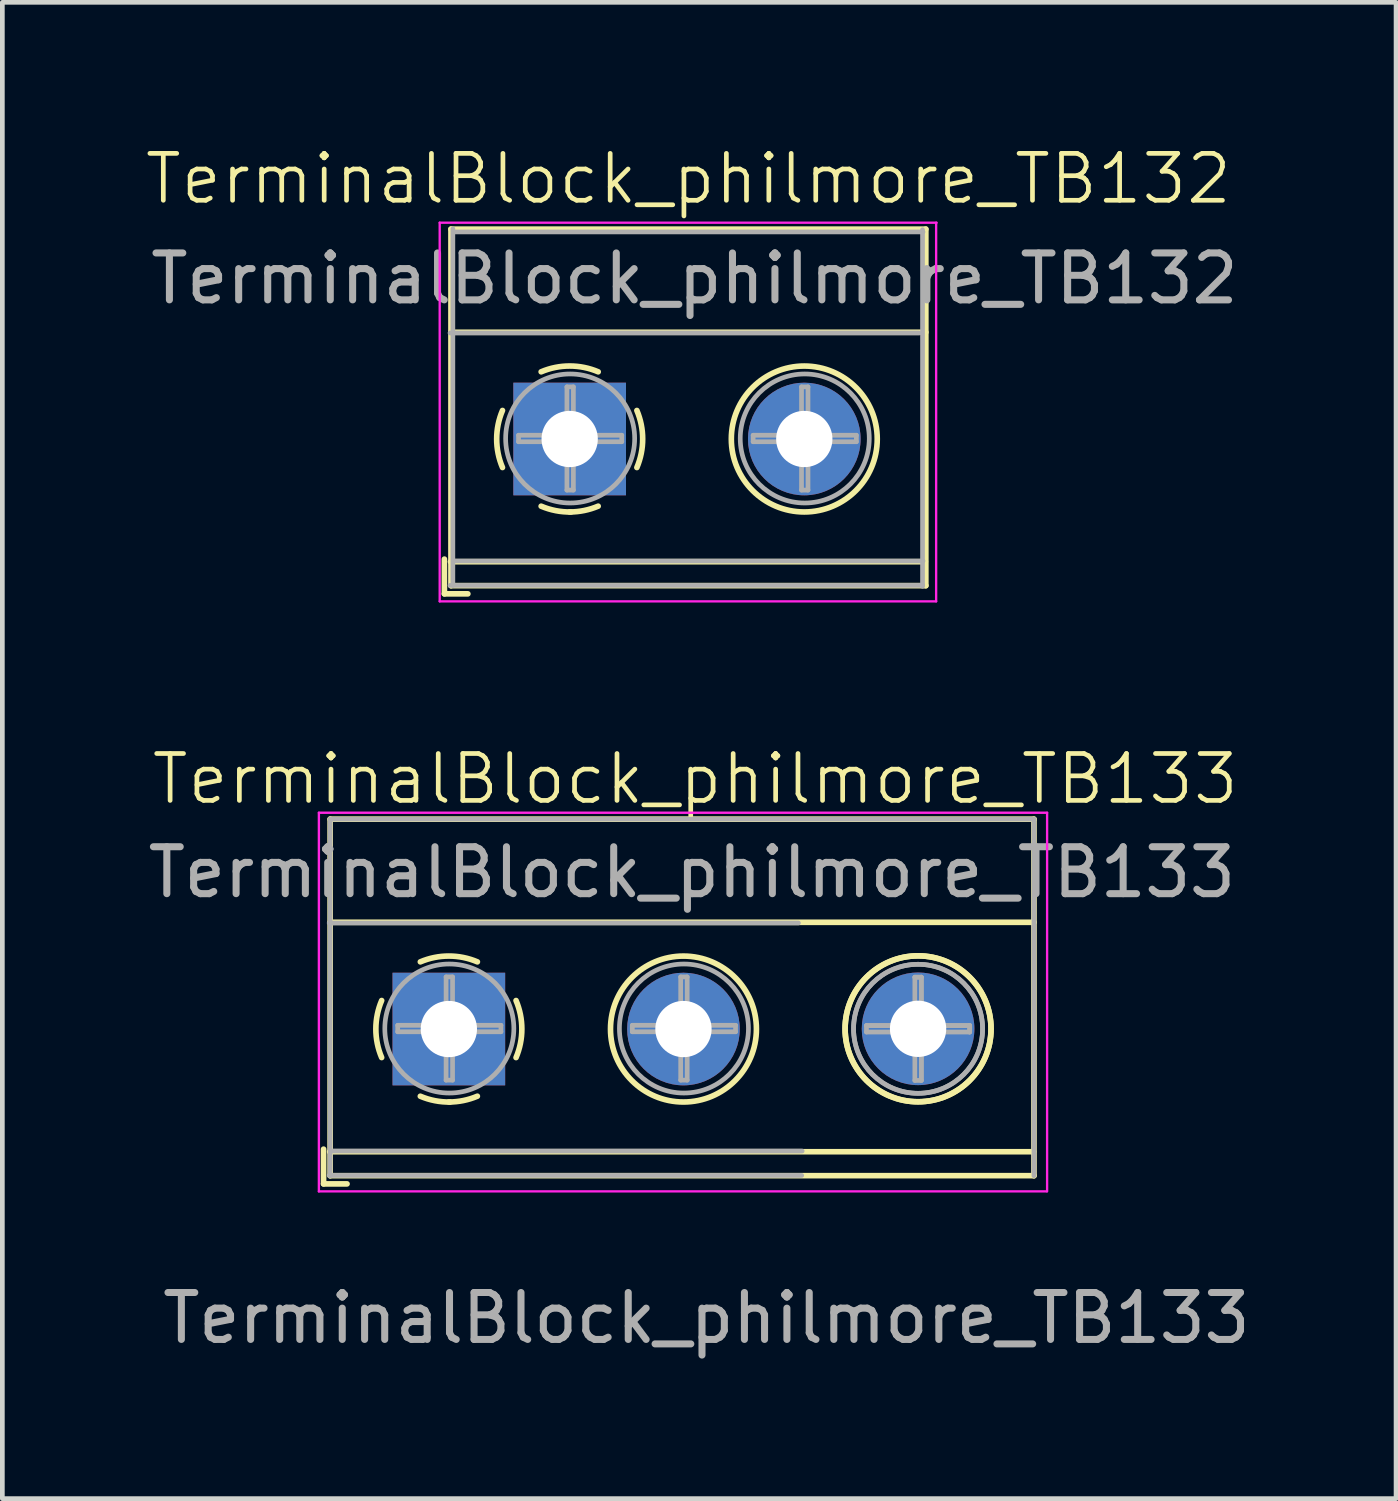
<source format=kicad_pcb>
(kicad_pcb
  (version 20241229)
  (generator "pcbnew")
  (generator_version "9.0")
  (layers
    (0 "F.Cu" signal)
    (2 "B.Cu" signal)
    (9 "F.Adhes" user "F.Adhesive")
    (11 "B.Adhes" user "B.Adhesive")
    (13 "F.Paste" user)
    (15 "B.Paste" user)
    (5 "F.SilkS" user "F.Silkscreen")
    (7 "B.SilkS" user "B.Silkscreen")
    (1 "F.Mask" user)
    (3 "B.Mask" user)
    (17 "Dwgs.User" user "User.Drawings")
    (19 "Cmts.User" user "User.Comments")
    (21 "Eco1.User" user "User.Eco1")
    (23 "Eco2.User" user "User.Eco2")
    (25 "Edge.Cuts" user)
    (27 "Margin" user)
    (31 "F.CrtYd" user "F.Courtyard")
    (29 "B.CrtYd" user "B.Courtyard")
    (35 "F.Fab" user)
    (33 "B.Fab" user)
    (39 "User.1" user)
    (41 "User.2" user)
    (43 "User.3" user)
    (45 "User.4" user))
  (footprint "TerminalBlock_philmore_TB132"
    (layer "F.Cu")
    (at 9.091 6.306)
    (property "Reference" "TerminalBlock_philmore_TB132" (at 2.53 -5.545 0) (unlocked yes) (layer "F.SilkS") (effects (font (size 1 1) (thickness 0.1))))
    (attr through_hole)
    (fp_line (start -2.67 2.56) (end -2.67 3.3) (stroke (width 0.12) (type solid)) (layer "F.SilkS"))
    (fp_line (start -2.67 3.3) (end -2.17 3.3) (stroke (width 0.12) (type solid)) (layer "F.SilkS"))
    (fp_line (start -2.54 2.615) (end 7.58 2.615) (stroke (width 0.12) (type solid)) (layer "F.SilkS"))
    (fp_line (start -2.53 -4.473) (end -2.53 3.127) (stroke (width 0.12) (type solid)) (layer "F.SilkS"))
    (fp_line (start -2.53 -4.473) (end 7.59 -4.473) (stroke (width 0.12) (type solid)) (layer "F.SilkS"))
    (fp_line (start -2.53 -2.275) (end 7.59 -2.275) (stroke (width 0.12) (type solid)) (layer "F.SilkS"))
    (fp_line (start -2.53 3.125) (end 7.59 3.125) (stroke (width 0.12) (type solid)) (layer "F.SilkS"))
    (fp_line (start 7.59 -4.473) (end 7.59 3.127) (stroke (width 0.12) (type solid)) (layer "F.SilkS"))
    (fp_arc (start -1.432109 0.607742) (mid -1.555727 -0.00014) (end -1.432 -0.608) (stroke (width 0.12) (type solid)) (layer "F.SilkS"))
    (fp_arc (start -0.607742 -1.432109) (mid 0.00014 -1.555727) (end 0.608 -1.432) (stroke (width 0.12) (type solid)) (layer "F.SilkS"))
    (fp_arc (start 0.027011 1.555493) (mid -0.296984 1.527118) (end -0.608 1.432) (stroke (width 0.12) (type solid)) (layer "F.SilkS"))
    (fp_arc (start 0.607587 1.431385) (mid 0.310017 1.523783) (end 0 1.555) (stroke (width 0.12) (type solid)) (layer "F.SilkS"))
    (fp_arc (start 1.432109 -0.607742) (mid 1.555727 0.00014) (end 1.432 0.608) (stroke (width 0.12) (type solid)) (layer "F.SilkS"))
    (fp_circle (center 5 0) (end 6.555 0) (stroke (width 0.12) (type solid)) (fill no) (layer "F.SilkS"))
    (fp_line (start -2.77 -4.61) (end -2.77 3.46) (stroke (width 0.05) (type solid)) (layer "F.CrtYd"))
    (fp_line (start -2.77 3.46) (end 7.81 3.46) (stroke (width 0.05) (type solid)) (layer "F.CrtYd"))
    (fp_line (start 7.81 3.46) (end 7.81 -4.61) (stroke (width 0.05) (type solid)) (layer "F.CrtYd"))
    (fp_line (start 7.82 -4.61) (end -2.77 -4.61) (stroke (width 0.05) (type solid)) (layer "F.CrtYd"))
    (fp_line (start -2.55 -2.26) (end 7.45 -2.26) (stroke (width 0.1) (type solid)) (layer "F.Fab"))
    (fp_line (start -2.49 3.12) (end -2.49 -4.48) (stroke (width 0.1) (type solid)) (layer "F.Fab"))
    (fp_line (start -2.47 -4.413) (end 7.53 -4.413) (stroke (width 0.1) (type solid)) (layer "F.Fab"))
    (fp_line (start -2.47 2.6) (end 7.53 2.6) (stroke (width 0.1) (type solid)) (layer "F.Fab"))
    (fp_line (start -1.09 -0.08) (end -0.059 -0.08) (stroke (width 0.1) (type solid)) (layer "F.Fab"))
    (fp_line (start -1.09 0.058) (end -1.09 -0.08) (stroke (width 0.1) (type solid)) (layer "F.Fab"))
    (fp_line (start -0.059 -1.111) (end 0.079 -1.111) (stroke (width 0.1) (type solid)) (layer "F.Fab"))
    (fp_line (start -0.059 -0.08) (end -0.059 -1.111) (stroke (width 0.1) (type solid)) (layer "F.Fab"))
    (fp_line (start -0.059 0.058) (end -1.09 0.058) (stroke (width 0.1) (type solid)) (layer "F.Fab"))
    (fp_line (start -0.059 1.089) (end -0.059 0.058) (stroke (width 0.1) (type solid)) (layer "F.Fab"))
    (fp_line (start 0.079 -1.111) (end 0.079 -0.08) (stroke (width 0.1) (type solid)) (layer "F.Fab"))
    (fp_line (start 0.079 -0.08) (end 1.11 -0.08) (stroke (width 0.1) (type solid)) (layer "F.Fab"))
    (fp_line (start 0.079 0.058) (end 0.079 1.089) (stroke (width 0.1) (type solid)) (layer "F.Fab"))
    (fp_line (start 0.079 1.089) (end -0.059 1.089) (stroke (width 0.1) (type solid)) (layer "F.Fab"))
    (fp_line (start 1.11 -0.08) (end 1.11 0.058) (stroke (width 0.1) (type solid)) (layer "F.Fab"))
    (fp_line (start 1.11 0.058) (end 0.079 0.058) (stroke (width 0.1) (type solid)) (layer "F.Fab"))
    (fp_line (start 3.91 -0.08) (end 4.941 -0.08) (stroke (width 0.1) (type solid)) (layer "F.Fab"))
    (fp_line (start 3.91 0.058) (end 3.91 -0.08) (stroke (width 0.1) (type solid)) (layer "F.Fab"))
    (fp_line (start 4.941 -1.111) (end 5.079 -1.111) (stroke (width 0.1) (type solid)) (layer "F.Fab"))
    (fp_line (start 4.941 -0.08) (end 4.941 -1.111) (stroke (width 0.1) (type solid)) (layer "F.Fab"))
    (fp_line (start 4.941 0.058) (end 3.91 0.058) (stroke (width 0.1) (type solid)) (layer "F.Fab"))
    (fp_line (start 4.941 1.089) (end 4.941 0.058) (stroke (width 0.1) (type solid)) (layer "F.Fab"))
    (fp_line (start 5.079 -1.111) (end 5.079 -0.08) (stroke (width 0.1) (type solid)) (layer "F.Fab"))
    (fp_line (start 5.079 -0.08) (end 6.11 -0.08) (stroke (width 0.1) (type solid)) (layer "F.Fab"))
    (fp_line (start 5.079 0.058) (end 5.079 1.089) (stroke (width 0.1) (type solid)) (layer "F.Fab"))
    (fp_line (start 5.079 1.089) (end 4.941 1.089) (stroke (width 0.1) (type solid)) (layer "F.Fab"))
    (fp_line (start 6.11 -0.08) (end 6.11 0.058) (stroke (width 0.1) (type solid)) (layer "F.Fab"))
    (fp_line (start 6.11 0.058) (end 5.079 0.058) (stroke (width 0.1) (type solid)) (layer "F.Fab"))
    (fp_line (start 7.52 -4.46) (end 7.52 3.14) (stroke (width 0.1) (type solid)) (layer "F.Fab"))
    (fp_line (start 7.52 3.12) (end -2.55 3.12) (stroke (width 0.1) (type solid)) (layer "F.Fab"))
    (fp_circle (center 0.01 -0.011) (end 1.385 -0.011) (stroke (width 0.1) (type solid)) (fill no) (layer "F.Fab"))
    (fp_circle (center 5.01 -0.011) (end 6.385 -0.011) (stroke (width 0.1) (type solid)) (fill no) (layer "F.Fab"))
    (fp_text user "${REFERENCE}" (at 2.66 -3.42 0) (layer "F.Fab") (effects (font (size 1 1) (thickness 0.15))))
    (pad "1" thru_hole rect (at 0 0) (size 2.4 2.4) (drill 1.2) (layers "*.Cu" "*.Mask"))
    (pad "2" thru_hole circle (at 5 0) (size 2.4 2.4) (drill 1.2) (layers "*.Cu" "*.Mask")))
  (footprint "TerminalBlock_philmore_TB133"
    (layer "F.Cu")
    (at 6.526 18.87)
    (property "Reference" "TerminalBlock_philmore_TB133" (at 5.24 -5.319 0) (unlocked yes) (layer "F.SilkS") (effects (font (size 1 1) (thickness 0.1))))
    (attr through_hole)
    (fp_line (start -2.68 2.571) (end -2.68 3.311) (stroke (width 0.12) (type solid)) (layer "F.SilkS"))
    (fp_line (start -2.68 3.311) (end -2.18 3.311) (stroke (width 0.12) (type solid)) (layer "F.SilkS"))
    (fp_line (start -2.55 2.626) (end 12.45 2.626) (stroke (width 0.12) (type solid)) (layer "F.SilkS"))
    (fp_line (start -2.54 -4.462) (end -2.54 3.138) (stroke (width 0.12) (type solid)) (layer "F.SilkS"))
    (fp_line (start -2.54 -4.462) (end 12.46 -4.462) (stroke (width 0.12) (type solid)) (layer "F.SilkS"))
    (fp_line (start -2.54 -2.264) (end 12.46 -2.264) (stroke (width 0.12) (type solid)) (layer "F.SilkS"))
    (fp_line (start -2.54 3.136) (end 12.46 3.136) (stroke (width 0.12) (type solid)) (layer "F.SilkS"))
    (fp_line (start 12.46 -4.462) (end 12.46 3.138) (stroke (width 0.12) (type solid)) (layer "F.SilkS"))
    (fp_arc (start -1.442109 0.618742) (mid -1.565727 0.01086) (end -1.442 -0.597) (stroke (width 0.12) (type solid)) (layer "F.SilkS"))
    (fp_arc (start -0.617742 -1.421109) (mid -0.00986 -1.544727) (end 0.598 -1.421) (stroke (width 0.12) (type solid)) (layer "F.SilkS"))
    (fp_arc (start 0.017011 1.566493) (mid -0.306984 1.538118) (end -0.618 1.443) (stroke (width 0.12) (type solid)) (layer "F.SilkS"))
    (fp_arc (start 0.597587 1.442385) (mid 0.300017 1.534783) (end -0.01 1.566) (stroke (width 0.12) (type solid)) (layer "F.SilkS"))
    (fp_arc (start 1.422109 -0.596742) (mid 1.545727 0.01114) (end 1.422 0.619) (stroke (width 0.12) (type solid)) (layer "F.SilkS"))
    (fp_circle (center 4.99 0.011) (end 6.545 0.011) (stroke (width 0.12) (type solid)) (fill no) (layer "F.SilkS"))
    (fp_circle (center 9.99 0.006) (end 11.545 0.006) (stroke (width 0.12) (type solid)) (fill no) (layer "F.SilkS"))
    (fp_circle (center 9.99 0.006) (end 11.545 0.006) (stroke (width 0.12) (type solid)) (fill no) (layer "F.SilkS"))
    (fp_line (start -2.78 -4.599) (end -2.78 3.471) (stroke (width 0.05) (type solid)) (layer "F.CrtYd"))
    (fp_line (start -2.78 3.471) (end 12.73 3.471) (stroke (width 0.05) (type solid)) (layer "F.CrtYd"))
    (fp_line (start 12.74 -4.599) (end -2.78 -4.599) (stroke (width 0.05) (type solid)) (layer "F.CrtYd"))
    (fp_line (start 12.74 3.471) (end 12.74 -4.599) (stroke (width 0.05) (type solid)) (layer "F.CrtYd"))
    (fp_line (start -2.56 -2.249) (end 7.44 -2.249) (stroke (width 0.1) (type solid)) (layer "F.Fab"))
    (fp_line (start -2.54 -4.462) (end 12.46 -4.462) (stroke (width 0.1) (type solid)) (layer "F.Fab"))
    (fp_line (start -2.54 3.138) (end -2.54 -4.462) (stroke (width 0.1) (type solid)) (layer "F.Fab"))
    (fp_line (start -2.48 2.611) (end 7.52 2.611) (stroke (width 0.1) (type solid)) (layer "F.Fab"))
    (fp_line (start -1.1 -0.069) (end -0.069 -0.069) (stroke (width 0.1) (type solid)) (layer "F.Fab"))
    (fp_line (start -1.1 0.069) (end -1.1 -0.069) (stroke (width 0.1) (type solid)) (layer "F.Fab"))
    (fp_line (start -0.069 -1.1) (end 0.069 -1.1) (stroke (width 0.1) (type solid)) (layer "F.Fab"))
    (fp_line (start -0.069 -0.069) (end -0.069 -1.1) (stroke (width 0.1) (type solid)) (layer "F.Fab"))
    (fp_line (start -0.069 0.069) (end -1.1 0.069) (stroke (width 0.1) (type solid)) (layer "F.Fab"))
    (fp_line (start -0.069 1.1) (end -0.069 0.069) (stroke (width 0.1) (type solid)) (layer "F.Fab"))
    (fp_line (start 0.069 -1.1) (end 0.069 -0.069) (stroke (width 0.1) (type solid)) (layer "F.Fab"))
    (fp_line (start 0.069 -0.069) (end 1.1 -0.069) (stroke (width 0.1) (type solid)) (layer "F.Fab"))
    (fp_line (start 0.069 0.069) (end 0.069 1.1) (stroke (width 0.1) (type solid)) (layer "F.Fab"))
    (fp_line (start 0.069 1.1) (end -0.069 1.1) (stroke (width 0.1) (type solid)) (layer "F.Fab"))
    (fp_line (start 1.1 -0.069) (end 1.1 0.069) (stroke (width 0.1) (type solid)) (layer "F.Fab"))
    (fp_line (start 1.1 0.069) (end 0.069 0.069) (stroke (width 0.1) (type solid)) (layer "F.Fab"))
    (fp_line (start 3.9 -0.069) (end 4.931 -0.069) (stroke (width 0.1) (type solid)) (layer "F.Fab"))
    (fp_line (start 3.9 0.069) (end 3.9 -0.069) (stroke (width 0.1) (type solid)) (layer "F.Fab"))
    (fp_line (start 4.931 -1.1) (end 5.069 -1.1) (stroke (width 0.1) (type solid)) (layer "F.Fab"))
    (fp_line (start 4.931 -0.069) (end 4.931 -1.1) (stroke (width 0.1) (type solid)) (layer "F.Fab"))
    (fp_line (start 4.931 0.069) (end 3.9 0.069) (stroke (width 0.1) (type solid)) (layer "F.Fab"))
    (fp_line (start 4.931 1.1) (end 4.931 0.069) (stroke (width 0.1) (type solid)) (layer "F.Fab"))
    (fp_line (start 5.069 -1.1) (end 5.069 -0.069) (stroke (width 0.1) (type solid)) (layer "F.Fab"))
    (fp_line (start 5.069 -0.069) (end 6.1 -0.069) (stroke (width 0.1) (type solid)) (layer "F.Fab"))
    (fp_line (start 5.069 0.069) (end 5.069 1.1) (stroke (width 0.1) (type solid)) (layer "F.Fab"))
    (fp_line (start 5.069 1.1) (end 4.931 1.1) (stroke (width 0.1) (type solid)) (layer "F.Fab"))
    (fp_line (start 6.1 -0.069) (end 6.1 0.069) (stroke (width 0.1) (type solid)) (layer "F.Fab"))
    (fp_line (start 6.1 0.069) (end 5.069 0.069) (stroke (width 0.1) (type solid)) (layer "F.Fab"))
    (fp_line (start 7.51 3.131) (end -2.56 3.131) (stroke (width 0.1) (type solid)) (layer "F.Fab"))
    (fp_line (start 8.89 -0.063) (end 9.921 -0.063) (stroke (width 0.1) (type solid)) (layer "F.Fab"))
    (fp_line (start 8.89 -0.063) (end 9.921 -0.063) (stroke (width 0.1) (type solid)) (layer "F.Fab"))
    (fp_line (start 8.89 0.075) (end 8.89 -0.063) (stroke (width 0.1) (type solid)) (layer "F.Fab"))
    (fp_line (start 9.921 -1.094) (end 10.059 -1.094) (stroke (width 0.1) (type solid)) (layer "F.Fab"))
    (fp_line (start 9.921 -1.094) (end 10.059 -1.094) (stroke (width 0.1) (type solid)) (layer "F.Fab"))
    (fp_line (start 9.921 -0.063) (end 9.921 -1.094) (stroke (width 0.1) (type solid)) (layer "F.Fab"))
    (fp_line (start 9.921 0.075) (end 8.89 0.075) (stroke (width 0.1) (type solid)) (layer "F.Fab"))
    (fp_line (start 9.921 1.106) (end 9.921 0.075) (stroke (width 0.1) (type solid)) (layer "F.Fab"))
    (fp_line (start 10.059 -1.094) (end 10.059 -0.063) (stroke (width 0.1) (type solid)) (layer "F.Fab"))
    (fp_line (start 10.059 -1.094) (end 10.059 -0.063) (stroke (width 0.1) (type solid)) (layer "F.Fab"))
    (fp_line (start 10.059 -0.063) (end 11.09 -0.063) (stroke (width 0.1) (type solid)) (layer "F.Fab"))
    (fp_line (start 10.059 -0.063) (end 11.09 -0.063) (stroke (width 0.1) (type solid)) (layer "F.Fab"))
    (fp_line (start 10.059 0.075) (end 10.059 1.106) (stroke (width 0.1) (type solid)) (layer "F.Fab"))
    (fp_line (start 10.059 0.075) (end 10.059 1.106) (stroke (width 0.1) (type solid)) (layer "F.Fab"))
    (fp_line (start 10.059 1.106) (end 9.921 1.106) (stroke (width 0.1) (type solid)) (layer "F.Fab"))
    (fp_line (start 11.09 -0.063) (end 11.09 0.075) (stroke (width 0.1) (type solid)) (layer "F.Fab"))
    (fp_line (start 11.09 -0.063) (end 11.09 0.075) (stroke (width 0.1) (type solid)) (layer "F.Fab"))
    (fp_line (start 11.09 0.075) (end 10.059 0.075) (stroke (width 0.1) (type solid)) (layer "F.Fab"))
    (fp_line (start 12.46 -4.462) (end 12.46 3.138) (stroke (width 0.1) (type solid)) (layer "F.Fab"))
    (fp_circle (center 0 0) (end 1.375 0) (stroke (width 0.1) (type solid)) (fill no) (layer "F.Fab"))
    (fp_circle (center 5 0) (end 6.375 0) (stroke (width 0.1) (type solid)) (fill no) (layer "F.Fab"))
    (fp_circle (center 9.99 0.006) (end 11.365 0.006) (stroke (width 0.1) (type solid)) (fill no) (layer "F.Fab"))
    (fp_circle (center 9.99 0.006) (end 11.365 0.006) (stroke (width 0.1) (type solid)) (fill no) (layer "F.Fab"))
    (fp_text user "${REFERENCE}" (at 5.17 -3.329 0) (layer "F.Fab") (effects (font (size 1 1) (thickness 0.15))))
    (fp_text user "${REFERENCE}" (at 5.48 6.171 0) (unlocked yes) (layer "F.Fab") (effects (font (size 1 1) (thickness 0.15))))
    (pad "1" thru_hole rect (at -0.01 0.011) (size 2.4 2.4) (drill 1.2) (layers "*.Cu" "*.Mask"))
    (pad "2" thru_hole circle (at 4.99 0.011) (size 2.4 2.4) (drill 1.2) (layers "*.Cu" "*.Mask"))
    (pad "3" thru_hole circle (at 9.99 0.006) (size 2.4 2.4) (drill 1.2) (layers "*.Cu" "*.Mask")))
  (gr_rect
    (start -3 -3)
    (end 26.703 28.889)
    (stroke (width 0.1) (type default))
    (fill no)
    (layer "Edge.Cuts")))
</source>
